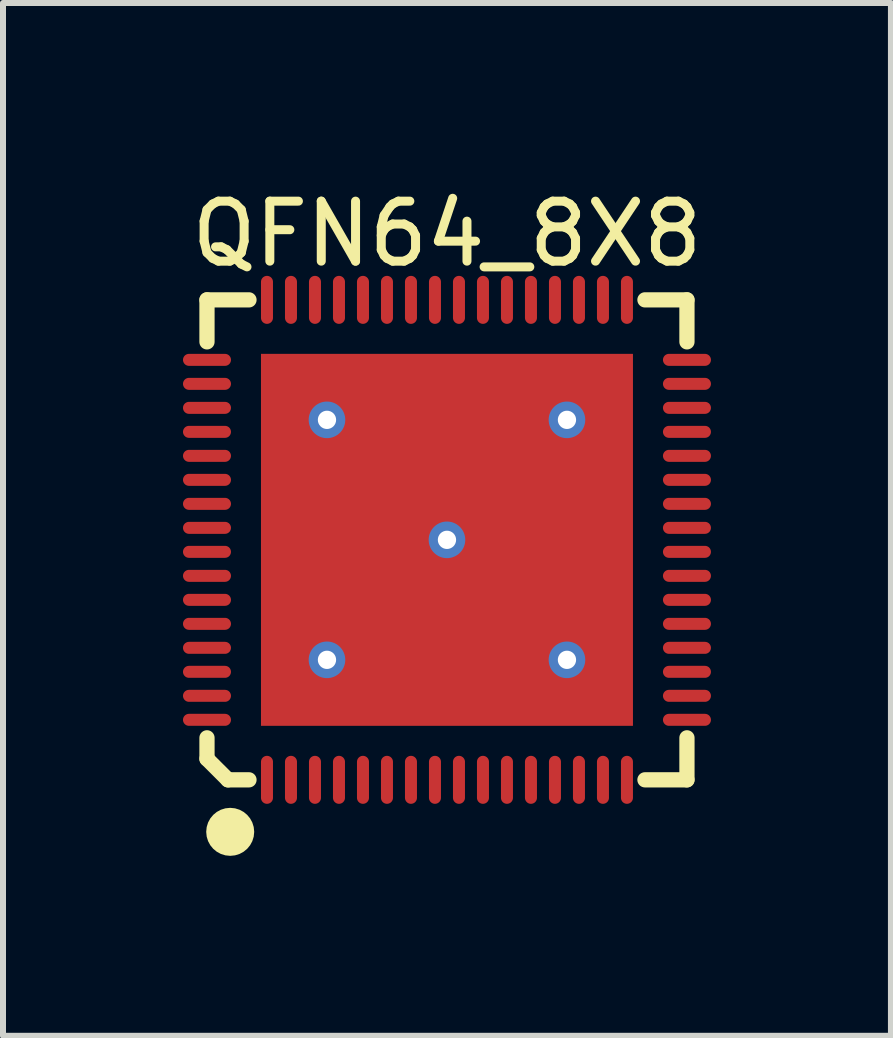
<source format=kicad_pcb>
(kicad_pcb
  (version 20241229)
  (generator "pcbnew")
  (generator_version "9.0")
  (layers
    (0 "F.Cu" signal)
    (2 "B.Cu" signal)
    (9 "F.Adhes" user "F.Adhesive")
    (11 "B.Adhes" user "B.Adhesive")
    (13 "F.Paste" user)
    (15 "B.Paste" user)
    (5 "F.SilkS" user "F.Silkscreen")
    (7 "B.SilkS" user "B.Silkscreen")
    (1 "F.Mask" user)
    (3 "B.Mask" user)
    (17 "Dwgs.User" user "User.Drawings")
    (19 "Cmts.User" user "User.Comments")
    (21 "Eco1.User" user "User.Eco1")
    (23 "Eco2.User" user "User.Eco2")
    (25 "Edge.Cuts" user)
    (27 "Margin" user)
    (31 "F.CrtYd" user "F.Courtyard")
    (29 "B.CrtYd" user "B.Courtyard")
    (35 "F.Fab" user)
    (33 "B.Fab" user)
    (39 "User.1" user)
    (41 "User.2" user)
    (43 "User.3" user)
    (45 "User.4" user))
  (footprint "QFN64_8X8"
    (layer "F.Cu")
    (at 4.4 5.948)
    (property "Reference" "QFN64_8X8" (at 0 -5.1 0) (layer "F.SilkS") (effects (font (size 1 1) (thickness 0.15))))
    (fp_line (start -4 -4) (end -3.3 -4) (stroke (width 0.254) (type solid)) (layer "F.SilkS"))
    (fp_line (start -4 -3.3) (end -4 -4) (stroke (width 0.254) (type solid)) (layer "F.SilkS"))
    (fp_line (start -4 3.65) (end -4 3.3) (stroke (width 0.254) (type solid)) (layer "F.SilkS"))
    (fp_line (start -4 3.65) (end -3.65 4) (stroke (width 0.254) (type solid)) (layer "F.SilkS"))
    (fp_line (start -3.65 4) (end -3.3 4) (stroke (width 0.254) (type solid)) (layer "F.SilkS"))
    (fp_line (start 3.3 -4) (end 4 -4) (stroke (width 0.254) (type solid)) (layer "F.SilkS"))
    (fp_line (start 3.3 4) (end 4 4) (stroke (width 0.254) (type solid)) (layer "F.SilkS"))
    (fp_line (start 4 -3.3) (end 4 -4) (stroke (width 0.254) (type solid)) (layer "F.SilkS"))
    (fp_line (start 4 4) (end 4 3.3) (stroke (width 0.254) (type solid)) (layer "F.SilkS"))
    (fp_circle (center -3.613 4.867) (end -3.613 4.667) (stroke (width 0.4) (type solid)) (fill no) (layer "F.SilkS"))
    (pad "0" thru_hole circle (at -2 -2) (size 0.61 0.61) (drill 0.305) (layers "*.Cu" "*.Mask"))
    (pad "0" thru_hole circle (at -2 2) (size 0.61 0.61) (drill 0.305) (layers "*.Cu" "*.Mask"))
    (pad "0" thru_hole circle (at 0 0) (size 0.61 0.61) (drill 0.305) (layers "*.Cu" "*.Mask"))
    (pad "0" smd rect (at 0 0) (size 6.2 6.2) (layers "F.Cu" "F.Mask" "F.Paste"))
    (pad "0" thru_hole circle (at 2 -2) (size 0.61 0.61) (drill 0.305) (layers "*.Cu" "*.Mask"))
    (pad "0" thru_hole circle (at 2 2) (size 0.61 0.61) (drill 0.305) (layers "*.Cu" "*.Mask"))
    (pad "1" smd oval (at -3 4) (size 0.2 0.8) (layers "F.Cu" "F.Mask" "F.Paste"))
    (pad "2" smd oval (at -2.6 4) (size 0.2 0.8) (layers "F.Cu" "F.Mask" "F.Paste"))
    (pad "3" smd oval (at -2.2 4) (size 0.2 0.8) (layers "F.Cu" "F.Mask" "F.Paste"))
    (pad "4" smd oval (at -1.8 4) (size 0.2 0.8) (layers "F.Cu" "F.Mask" "F.Paste"))
    (pad "5" smd oval (at -1.4 4) (size 0.2 0.8) (layers "F.Cu" "F.Mask" "F.Paste"))
    (pad "6" smd oval (at -1 4) (size 0.2 0.8) (layers "F.Cu" "F.Mask" "F.Paste"))
    (pad "7" smd oval (at -0.6 4) (size 0.2 0.8) (layers "F.Cu" "F.Mask" "F.Paste"))
    (pad "8" smd oval (at -0.2 4) (size 0.2 0.8) (layers "F.Cu" "F.Mask" "F.Paste"))
    (pad "9" smd oval (at 0.2 4) (size 0.2 0.8) (layers "F.Cu" "F.Mask" "F.Paste"))
    (pad "10" smd oval (at 0.6 4) (size 0.2 0.8) (layers "F.Cu" "F.Mask" "F.Paste"))
    (pad "11" smd oval (at 1 4) (size 0.2 0.8) (layers "F.Cu" "F.Mask" "F.Paste"))
    (pad "12" smd oval (at 1.4 4) (size 0.2 0.8) (layers "F.Cu" "F.Mask" "F.Paste"))
    (pad "13" smd oval (at 1.8 4) (size 0.2 0.8) (layers "F.Cu" "F.Mask" "F.Paste"))
    (pad "14" smd oval (at 2.2 4) (size 0.2 0.8) (layers "F.Cu" "F.Mask" "F.Paste"))
    (pad "15" smd oval (at 2.6 4) (size 0.2 0.8) (layers "F.Cu" "F.Mask" "F.Paste"))
    (pad "16" smd oval (at 3 4) (size 0.2 0.8) (layers "F.Cu" "F.Mask" "F.Paste"))
    (pad "17" smd oval (at 4 3 90) (size 0.2 0.8) (layers "F.Cu" "F.Mask" "F.Paste"))
    (pad "18" smd oval (at 4 2.6 90) (size 0.2 0.8) (layers "F.Cu" "F.Mask" "F.Paste"))
    (pad "19" smd oval (at 4 2.2 90) (size 0.2 0.8) (layers "F.Cu" "F.Mask" "F.Paste"))
    (pad "20" smd oval (at 4 1.8 90) (size 0.2 0.8) (layers "F.Cu" "F.Mask" "F.Paste"))
    (pad "21" smd oval (at 4 1.4 90) (size 0.2 0.8) (layers "F.Cu" "F.Mask" "F.Paste"))
    (pad "22" smd oval (at 4 1 90) (size 0.2 0.8) (layers "F.Cu" "F.Mask" "F.Paste"))
    (pad "23" smd oval (at 4 0.6 90) (size 0.2 0.8) (layers "F.Cu" "F.Mask" "F.Paste"))
    (pad "24" smd oval (at 4 0.2 90) (size 0.2 0.8) (layers "F.Cu" "F.Mask" "F.Paste"))
    (pad "25" smd oval (at 4 -0.2 90) (size 0.2 0.8) (layers "F.Cu" "F.Mask" "F.Paste"))
    (pad "26" smd oval (at 4 -0.6 90) (size 0.2 0.8) (layers "F.Cu" "F.Mask" "F.Paste"))
    (pad "27" smd oval (at 4 -1 90) (size 0.2 0.8) (layers "F.Cu" "F.Mask" "F.Paste"))
    (pad "28" smd oval (at 4 -1.4 90) (size 0.2 0.8) (layers "F.Cu" "F.Mask" "F.Paste"))
    (pad "29" smd oval (at 4 -1.8 90) (size 0.2 0.8) (layers "F.Cu" "F.Mask" "F.Paste"))
    (pad "30" smd oval (at 4 -2.2 90) (size 0.2 0.8) (layers "F.Cu" "F.Mask" "F.Paste"))
    (pad "31" smd oval (at 4 -2.6 90) (size 0.2 0.8) (layers "F.Cu" "F.Mask" "F.Paste"))
    (pad "32" smd oval (at 4 -3 90) (size 0.2 0.8) (layers "F.Cu" "F.Mask" "F.Paste"))
    (pad "33" smd oval (at 3 -4 180) (size 0.2 0.8) (layers "F.Cu" "F.Mask" "F.Paste"))
    (pad "34" smd oval (at 2.6 -4 180) (size 0.2 0.8) (layers "F.Cu" "F.Mask" "F.Paste"))
    (pad "35" smd oval (at 2.2 -4 180) (size 0.2 0.8) (layers "F.Cu" "F.Mask" "F.Paste"))
    (pad "36" smd oval (at 1.8 -4 180) (size 0.2 0.8) (layers "F.Cu" "F.Mask" "F.Paste"))
    (pad "37" smd oval (at 1.4 -4 180) (size 0.2 0.8) (layers "F.Cu" "F.Mask" "F.Paste"))
    (pad "38" smd oval (at 1 -4 180) (size 0.2 0.8) (layers "F.Cu" "F.Mask" "F.Paste"))
    (pad "39" smd oval (at 0.6 -4 180) (size 0.2 0.8) (layers "F.Cu" "F.Mask" "F.Paste"))
    (pad "40" smd oval (at 0.2 -4 180) (size 0.2 0.8) (layers "F.Cu" "F.Mask" "F.Paste"))
    (pad "41" smd oval (at -0.2 -4 180) (size 0.2 0.8) (layers "F.Cu" "F.Mask" "F.Paste"))
    (pad "42" smd oval (at -0.6 -4 180) (size 0.2 0.8) (layers "F.Cu" "F.Mask" "F.Paste"))
    (pad "43" smd oval (at -1 -4 180) (size 0.2 0.8) (layers "F.Cu" "F.Mask" "F.Paste"))
    (pad "44" smd oval (at -1.4 -4 180) (size 0.2 0.8) (layers "F.Cu" "F.Mask" "F.Paste"))
    (pad "45" smd oval (at -1.8 -4 180) (size 0.2 0.8) (layers "F.Cu" "F.Mask" "F.Paste"))
    (pad "46" smd oval (at -2.2 -4 180) (size 0.2 0.8) (layers "F.Cu" "F.Mask" "F.Paste"))
    (pad "47" smd oval (at -2.6 -4 180) (size 0.2 0.8) (layers "F.Cu" "F.Mask" "F.Paste"))
    (pad "48" smd oval (at -3 -4 180) (size 0.2 0.8) (layers "F.Cu" "F.Mask" "F.Paste"))
    (pad "49" smd oval (at -4 -3 270) (size 0.2 0.8) (layers "F.Cu" "F.Mask" "F.Paste"))
    (pad "50" smd oval (at -4 -2.6 270) (size 0.2 0.8) (layers "F.Cu" "F.Mask" "F.Paste"))
    (pad "51" smd oval (at -4 -2.2 270) (size 0.2 0.8) (layers "F.Cu" "F.Mask" "F.Paste"))
    (pad "52" smd oval (at -4 -1.8 270) (size 0.2 0.8) (layers "F.Cu" "F.Mask" "F.Paste"))
    (pad "53" smd oval (at -4 -1.4 270) (size 0.2 0.8) (layers "F.Cu" "F.Mask" "F.Paste"))
    (pad "54" smd oval (at -4 -1 270) (size 0.2 0.8) (layers "F.Cu" "F.Mask" "F.Paste"))
    (pad "55" smd oval (at -4 -0.6 270) (size 0.2 0.8) (layers "F.Cu" "F.Mask" "F.Paste"))
    (pad "56" smd oval (at -4 -0.2 270) (size 0.2 0.8) (layers "F.Cu" "F.Mask" "F.Paste"))
    (pad "57" smd oval (at -4 0.2 270) (size 0.2 0.8) (layers "F.Cu" "F.Mask" "F.Paste"))
    (pad "58" smd oval (at -4 0.6 270) (size 0.2 0.8) (layers "F.Cu" "F.Mask" "F.Paste"))
    (pad "59" smd oval (at -4 1 270) (size 0.2 0.8) (layers "F.Cu" "F.Mask" "F.Paste"))
    (pad "60" smd oval (at -4 1.4 270) (size 0.2 0.8) (layers "F.Cu" "F.Mask" "F.Paste"))
    (pad "61" smd oval (at -4 1.8 270) (size 0.2 0.8) (layers "F.Cu" "F.Mask" "F.Paste"))
    (pad "62" smd oval (at -4 2.2 270) (size 0.2 0.8) (layers "F.Cu" "F.Mask" "F.Paste"))
    (pad "63" smd oval (at -4 2.6 270) (size 0.2 0.8) (layers "F.Cu" "F.Mask" "F.Paste"))
    (pad "64" smd oval (at -4 3 270) (size 0.2 0.8) (layers "F.Cu" "F.Mask" "F.Paste")))
  (gr_rect
    (start -3 -3)
    (end 11.8 14.215)
    (stroke (width 0.1) (type default))
    (fill no)
    (layer "Edge.Cuts")))
</source>
